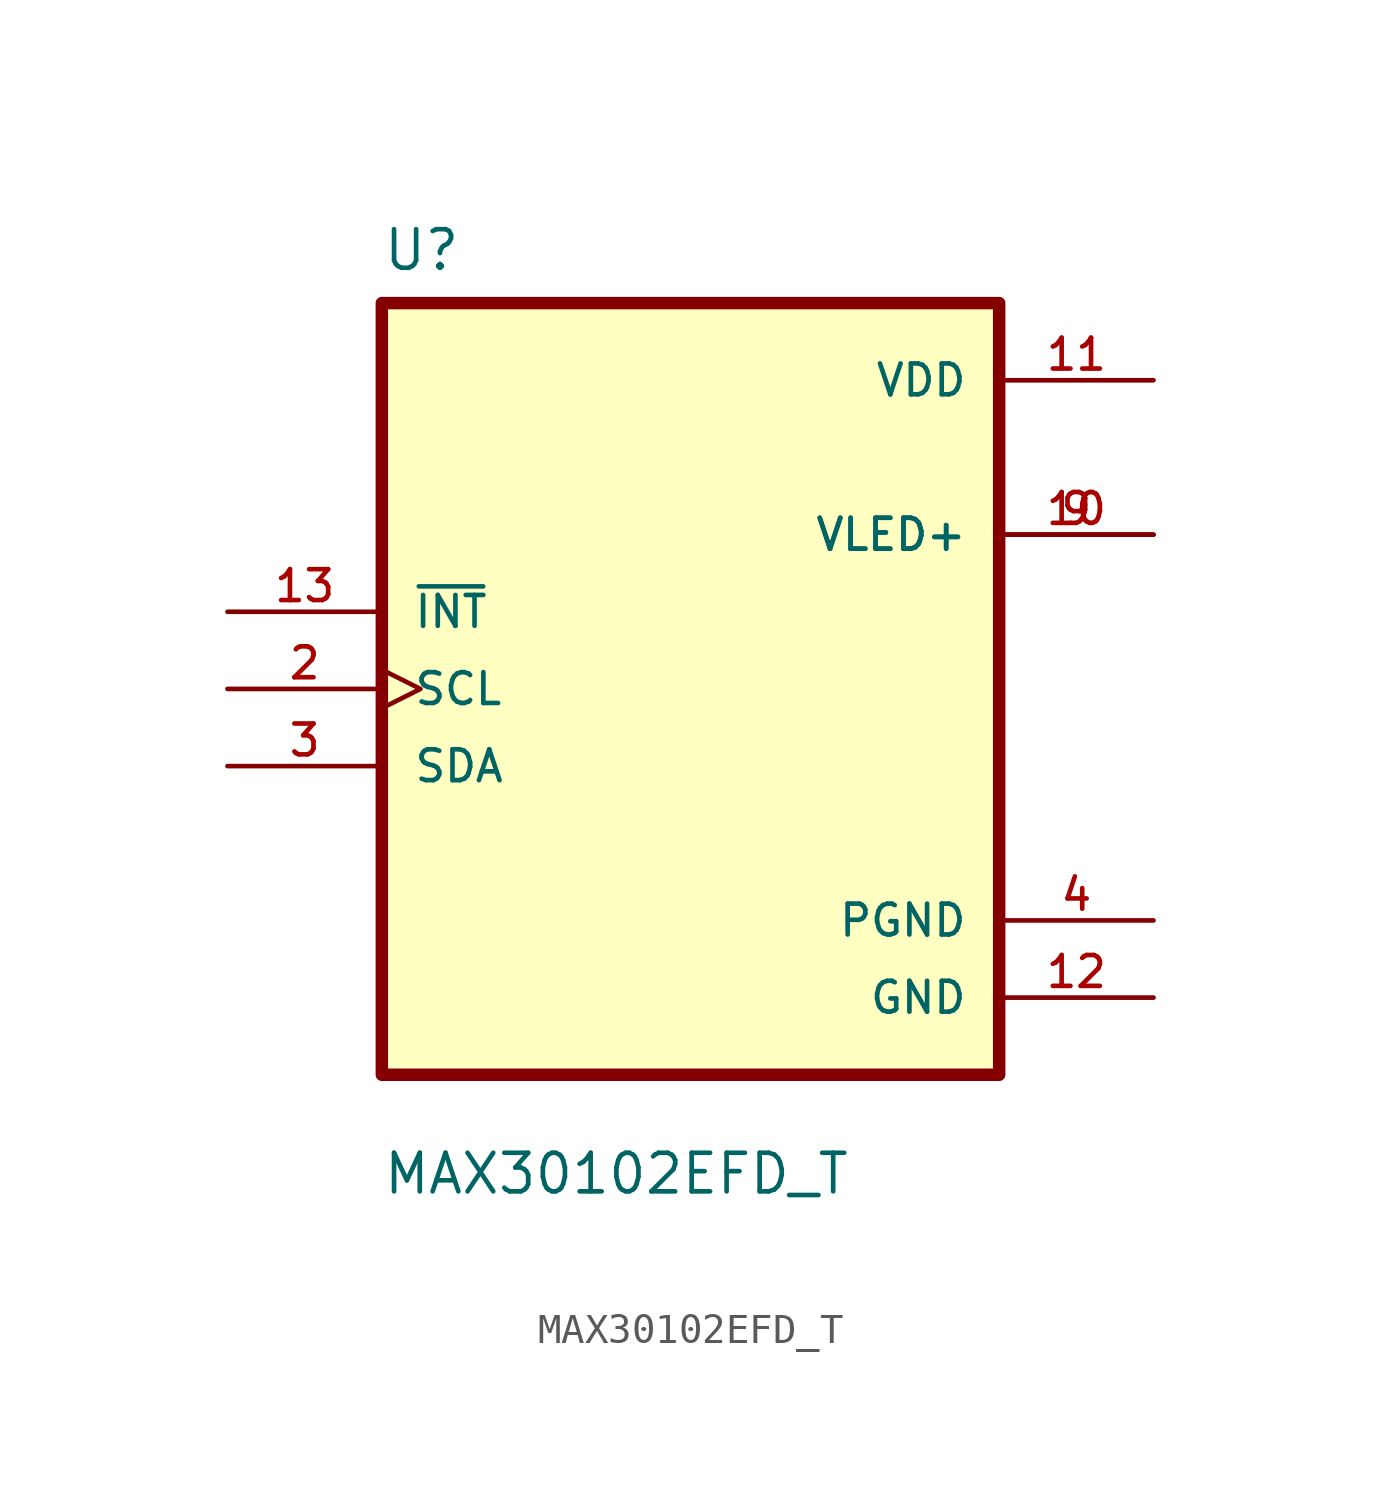
<source format=kicad_sym>
(kicad_symbol_lib
  (version 20211014)
  (generator kicad_symbol_editor)
  (symbol "MAX30102EFD_T"
    (pin_names
      (offset 1.016))
    (property "Reference" "U"
      (at -10.16 13.7 0.0)
      (effects (font (size 1.27 1.27)) (justify bottom left)))
    (property "Value" "MAX30102EFD_T"
      (at -10.16 -16.7 0.0)
      (effects (font (size 1.27 1.27)) (justify bottom left)))
    (symbol "MAX30102EFD_T_0_0"
      (rectangle (start -10.16 -12.7) (end 10.16 12.7) (stroke (width 0.41)) (fill (type background)))
      (pin input line (at -15.24 2.54 0) (length 5.08) (name "~{INT}" (effects (font (size 1.016 1.016)))) (number "13" (effects (font (size 1.016 1.016)))))
      (pin input clock (at -15.24 0.0 0) (length 5.08) (name "SCL" (effects (font (size 1.016 1.016)))) (number "2" (effects (font (size 1.016 1.016)))))
      (pin bidirectional line (at -15.24 -2.54 0) (length 5.08) (name "SDA" (effects (font (size 1.016 1.016)))) (number "3" (effects (font (size 1.016 1.016)))))
      (pin power_in line (at 15.24 10.16 180.0) (length 5.08) (name "VDD" (effects (font (size 1.016 1.016)))) (number "11" (effects (font (size 1.016 1.016)))))
      (pin power_in line (at 15.24 5.08 180.0) (length 5.08) (name "VLED+" (effects (font (size 1.016 1.016)))) (number "9" (effects (font (size 1.016 1.016)))))
      (pin power_in line (at 15.24 5.08 180.0) (length 5.08) (name "VLED+" (effects (font (size 1.016 1.016)))) (number "10" (effects (font (size 1.016 1.016)))))
      (pin power_in line (at 15.24 -7.62 180.0) (length 5.08) (name "PGND" (effects (font (size 1.016 1.016)))) (number "4" (effects (font (size 1.016 1.016)))))
      (pin power_in line (at 15.24 -10.16 180.0) (length 5.08) (name "GND" (effects (font (size 1.016 1.016)))) (number "12" (effects (font (size 1.016 1.016))))))))
</source>
